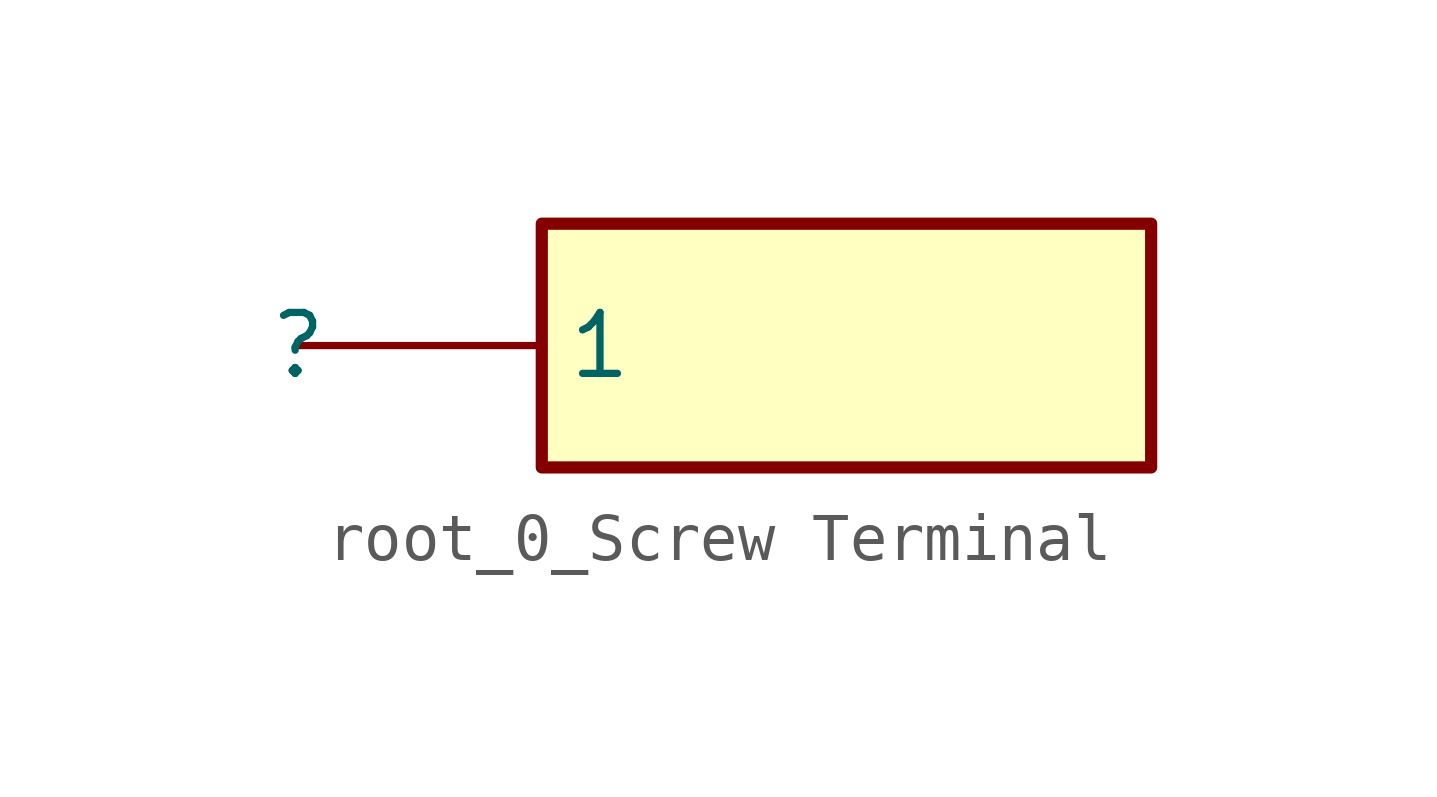
<source format=kicad_sym>
(kicad_symbol_lib
  (version 20220914)
  (generator kicad_symbol_editor)
  (symbol "root_0_Screw Terminal"
    (property "Reference" ""
      (at 0 0 0)
      (effects (font (size 1.27 1.27))))
    (property "Value" ""
      (at 0 0 0)
      (effects (font (size 1.27 1.27))))
    (symbol "root_0_Screw Terminal_1_0"
      (rectangle (start 17.78 2.54) (end 5.08 -2.54) (stroke (width 0.254) (type solid)) (fill (type background)))
      (pin passive line (at 0 0 0) (length 5.08) (name "1" (effects (font (size 1.27 1.27)))) (number "1,2,3,4,5,6,7,8,9,10,11,12,13,14,15,16" (effects (font (size 0 0))))))))
</source>
